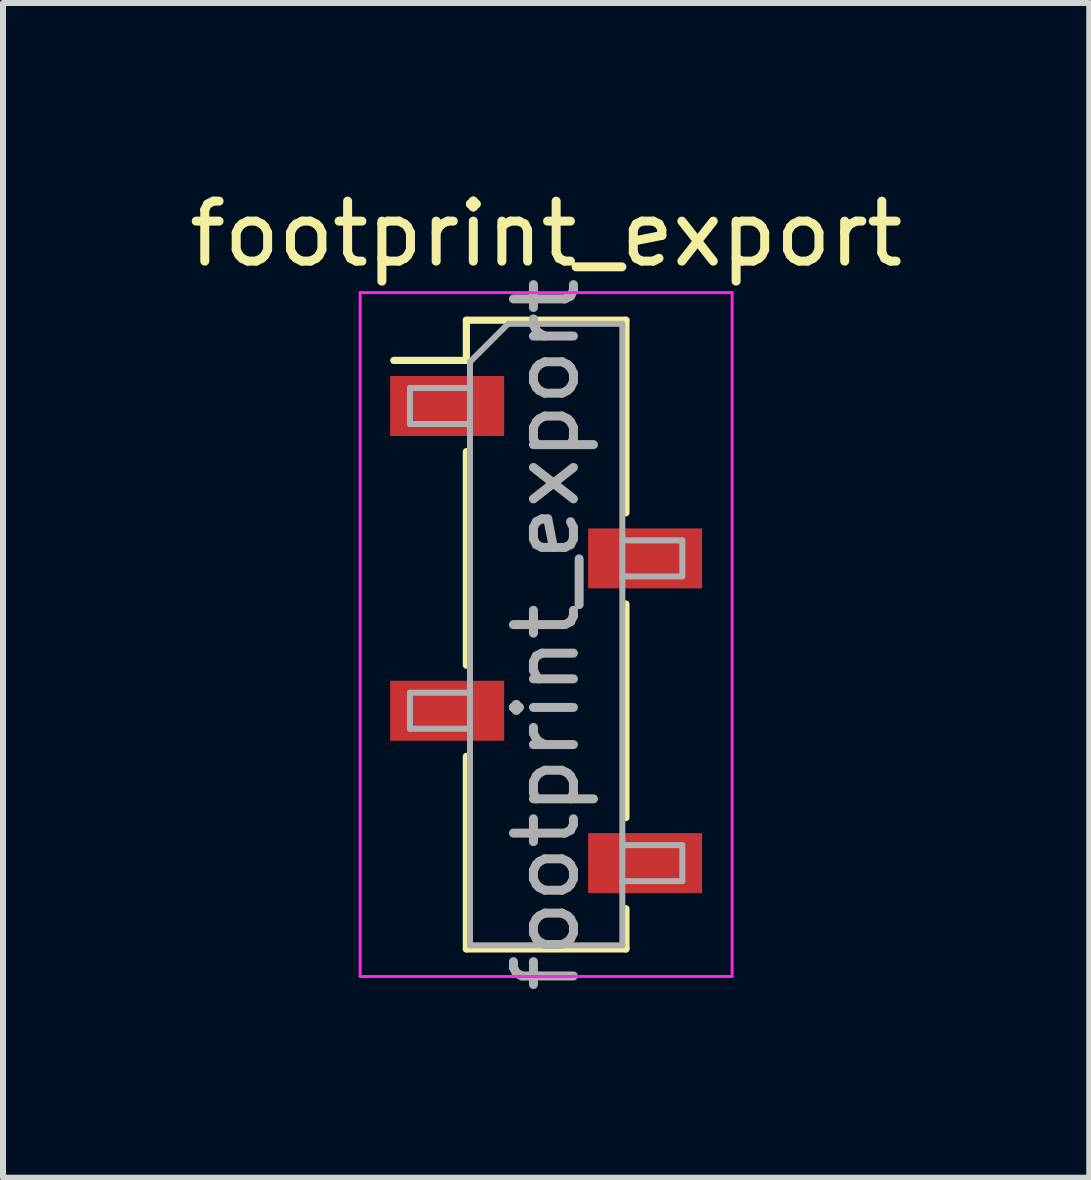
<source format=kicad_pcb>
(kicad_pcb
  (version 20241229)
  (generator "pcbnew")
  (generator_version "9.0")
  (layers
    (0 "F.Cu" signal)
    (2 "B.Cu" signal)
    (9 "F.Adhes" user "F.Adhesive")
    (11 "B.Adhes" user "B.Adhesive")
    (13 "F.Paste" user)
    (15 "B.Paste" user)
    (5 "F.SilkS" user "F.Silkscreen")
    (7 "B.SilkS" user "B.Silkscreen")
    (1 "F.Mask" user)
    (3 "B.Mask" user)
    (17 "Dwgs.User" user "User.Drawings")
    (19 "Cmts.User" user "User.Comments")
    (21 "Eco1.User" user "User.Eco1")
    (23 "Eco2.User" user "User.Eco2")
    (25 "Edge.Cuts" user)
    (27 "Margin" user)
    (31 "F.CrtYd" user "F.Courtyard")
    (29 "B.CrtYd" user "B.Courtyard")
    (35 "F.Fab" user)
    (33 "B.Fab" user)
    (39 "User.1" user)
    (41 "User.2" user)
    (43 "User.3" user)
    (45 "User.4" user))
  (footprint "footprint_export"
    (layer "F.Cu")
    (at 6.054 7.528)
    (property "Reference" "footprint_export" (at 0 -6.68 0) (layer "F.SilkS") (effects (font (size 1 1) (thickness 0.15))))
    (attr smd)
    (fp_line (start -2.54 -4.57) (end -1.33 -4.57) (stroke (width 0.12) (type solid)) (layer "F.SilkS"))
    (fp_line (start -1.33 -5.24) (end -1.33 -4.57) (stroke (width 0.12) (type solid)) (layer "F.SilkS"))
    (fp_line (start -1.33 -5.24) (end 1.33 -5.24) (stroke (width 0.12) (type solid)) (layer "F.SilkS"))
    (fp_line (start -1.33 -3.05) (end -1.33 0.51) (stroke (width 0.12) (type solid)) (layer "F.SilkS"))
    (fp_line (start -1.33 2.03) (end -1.33 5.24) (stroke (width 0.12) (type solid)) (layer "F.SilkS"))
    (fp_line (start -1.33 5.24) (end 1.33 5.24) (stroke (width 0.12) (type solid)) (layer "F.SilkS"))
    (fp_line (start 1.33 -5.24) (end 1.33 -2.03) (stroke (width 0.12) (type solid)) (layer "F.SilkS"))
    (fp_line (start 1.33 -0.51) (end 1.33 3.05) (stroke (width 0.12) (type solid)) (layer "F.SilkS"))
    (fp_line (start 1.33 4.57) (end 1.33 5.24) (stroke (width 0.12) (type solid)) (layer "F.SilkS"))
    (fp_line (start -3.1 -5.7) (end 3.1 -5.7) (stroke (width 0.05) (type solid)) (layer "F.CrtYd"))
    (fp_line (start -3.1 5.7) (end -3.1 -5.7) (stroke (width 0.05) (type solid)) (layer "F.CrtYd"))
    (fp_line (start 3.1 -5.7) (end 3.1 5.7) (stroke (width 0.05) (type solid)) (layer "F.CrtYd"))
    (fp_line (start 3.1 5.7) (end -3.1 5.7) (stroke (width 0.05) (type solid)) (layer "F.CrtYd"))
    (fp_line (start -2.27 -4.11) (end -1.27 -4.11) (stroke (width 0.1) (type solid)) (layer "F.Fab"))
    (fp_line (start -2.27 -3.51) (end -2.27 -4.11) (stroke (width 0.1) (type solid)) (layer "F.Fab"))
    (fp_line (start -2.27 0.97) (end -1.27 0.97) (stroke (width 0.1) (type solid)) (layer "F.Fab"))
    (fp_line (start -2.27 1.57) (end -2.27 0.97) (stroke (width 0.1) (type solid)) (layer "F.Fab"))
    (fp_line (start -1.27 -4.545) (end -0.635 -5.18) (stroke (width 0.1) (type solid)) (layer "F.Fab"))
    (fp_line (start -1.27 -3.51) (end -2.27 -3.51) (stroke (width 0.1) (type solid)) (layer "F.Fab"))
    (fp_line (start -1.27 1.57) (end -2.27 1.57) (stroke (width 0.1) (type solid)) (layer "F.Fab"))
    (fp_line (start -1.27 5.18) (end -1.27 -4.545) (stroke (width 0.1) (type solid)) (layer "F.Fab"))
    (fp_line (start -0.635 -5.18) (end 1.27 -5.18) (stroke (width 0.1) (type solid)) (layer "F.Fab"))
    (fp_line (start 1.27 -5.18) (end 1.27 5.18) (stroke (width 0.1) (type solid)) (layer "F.Fab"))
    (fp_line (start 1.27 -1.57) (end 2.27 -1.57) (stroke (width 0.1) (type solid)) (layer "F.Fab"))
    (fp_line (start 1.27 3.51) (end 2.27 3.51) (stroke (width 0.1) (type solid)) (layer "F.Fab"))
    (fp_line (start 1.27 5.18) (end -1.27 5.18) (stroke (width 0.1) (type solid)) (layer "F.Fab"))
    (fp_line (start 2.27 -1.57) (end 2.27 -0.97) (stroke (width 0.1) (type solid)) (layer "F.Fab"))
    (fp_line (start 2.27 -0.97) (end 1.27 -0.97) (stroke (width 0.1) (type solid)) (layer "F.Fab"))
    (fp_line (start 2.27 3.51) (end 2.27 4.11) (stroke (width 0.1) (type solid)) (layer "F.Fab"))
    (fp_line (start 2.27 4.11) (end 1.27 4.11) (stroke (width 0.1) (type solid)) (layer "F.Fab"))
    (fp_text user "${REFERENCE}" (at 0 0 90) (layer "F.Fab") (effects (font (size 1 1) (thickness 0.15))))
    (pad "1" smd rect (at -1.65 -3.81) (size 1.9 1) (layers "F.Cu" "F.Mask" "F.Paste"))
    (pad "2" smd rect (at 1.65 -1.27) (size 1.9 1) (layers "F.Cu" "F.Mask" "F.Paste"))
    (pad "3" smd rect (at -1.65 1.27) (size 1.9 1) (layers "F.Cu" "F.Mask" "F.Paste"))
    (pad "4" smd rect (at 1.65 3.81) (size 1.9 1) (layers "F.Cu" "F.Mask" "F.Paste")))
  (gr_rect
    (start -3 -3)
    (end 15.107 16.582)
    (stroke (width 0.1) (type default))
    (fill no)
    (layer "Edge.Cuts")))
</source>
